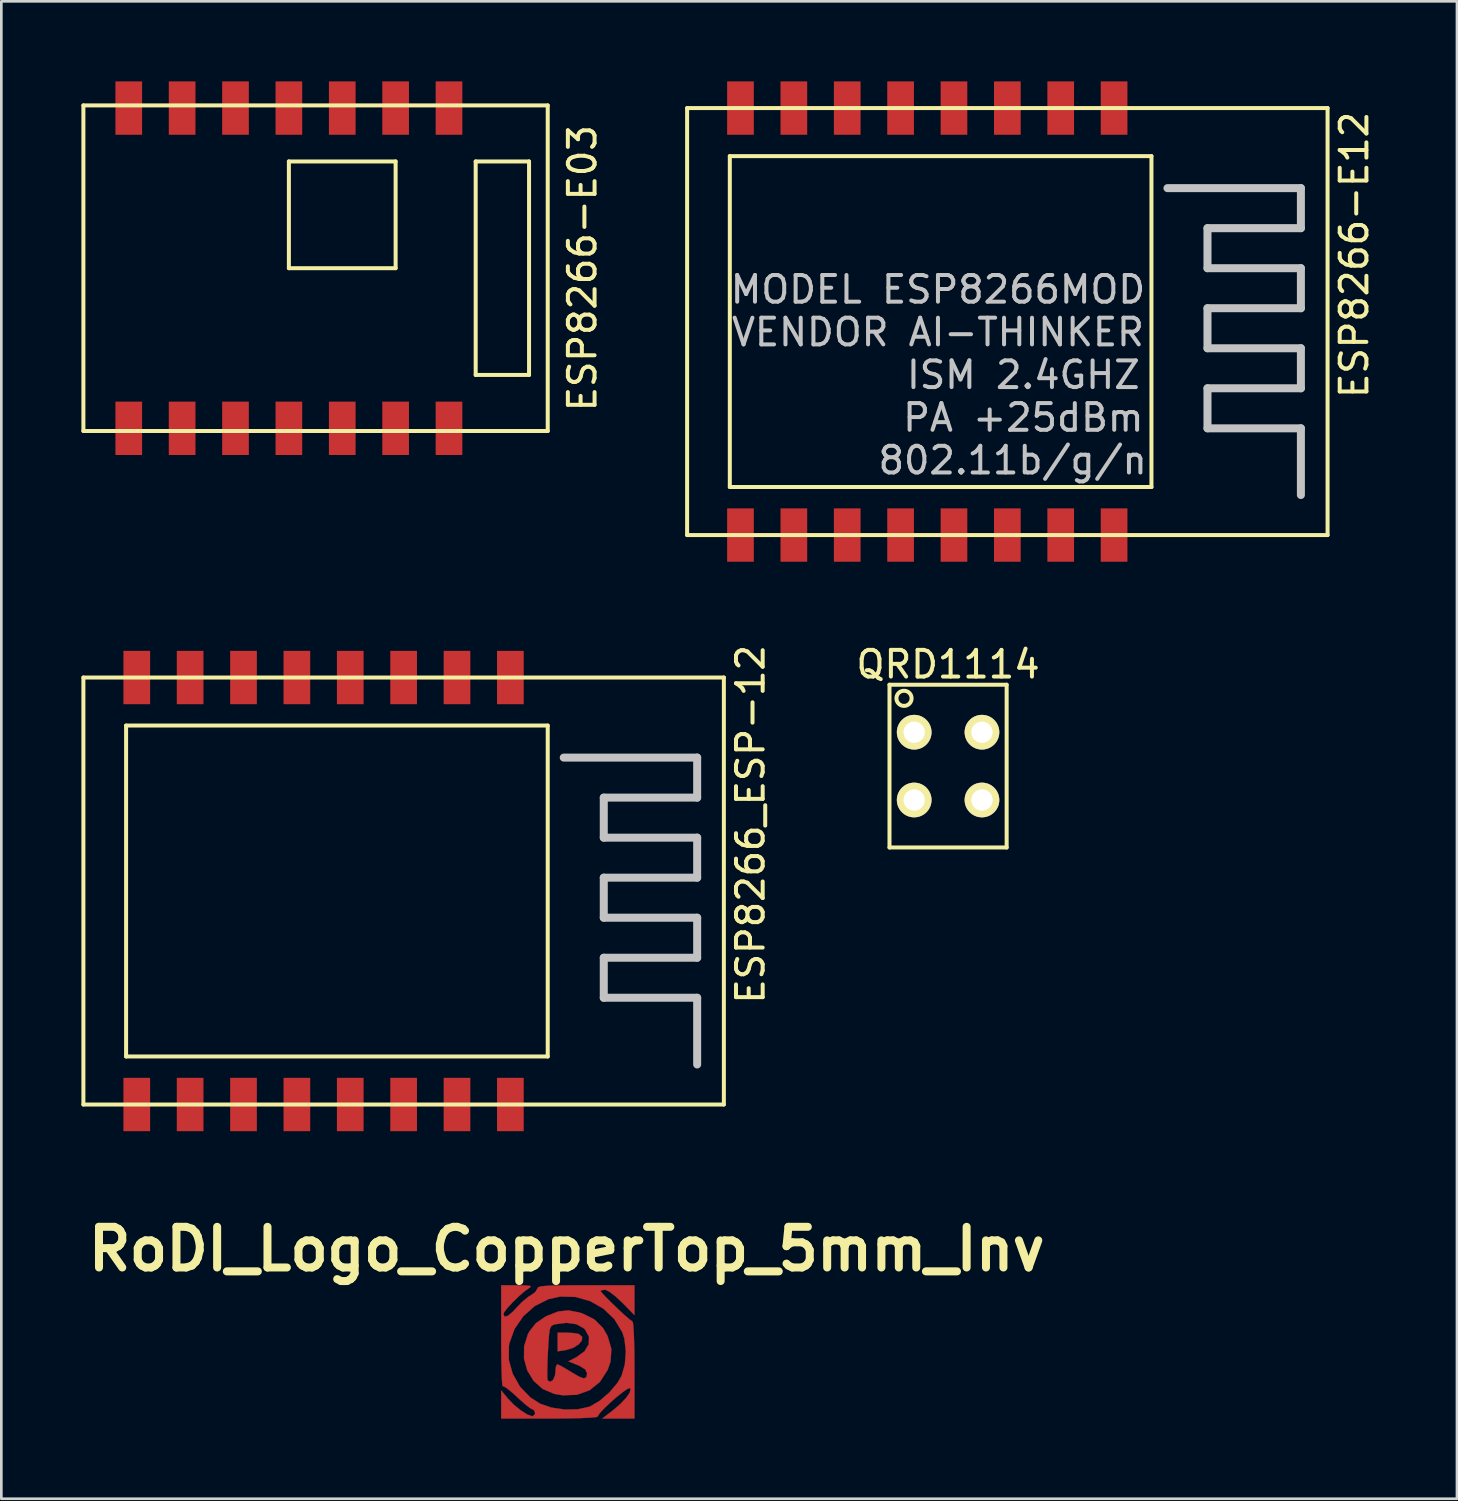
<source format=kicad_pcb>
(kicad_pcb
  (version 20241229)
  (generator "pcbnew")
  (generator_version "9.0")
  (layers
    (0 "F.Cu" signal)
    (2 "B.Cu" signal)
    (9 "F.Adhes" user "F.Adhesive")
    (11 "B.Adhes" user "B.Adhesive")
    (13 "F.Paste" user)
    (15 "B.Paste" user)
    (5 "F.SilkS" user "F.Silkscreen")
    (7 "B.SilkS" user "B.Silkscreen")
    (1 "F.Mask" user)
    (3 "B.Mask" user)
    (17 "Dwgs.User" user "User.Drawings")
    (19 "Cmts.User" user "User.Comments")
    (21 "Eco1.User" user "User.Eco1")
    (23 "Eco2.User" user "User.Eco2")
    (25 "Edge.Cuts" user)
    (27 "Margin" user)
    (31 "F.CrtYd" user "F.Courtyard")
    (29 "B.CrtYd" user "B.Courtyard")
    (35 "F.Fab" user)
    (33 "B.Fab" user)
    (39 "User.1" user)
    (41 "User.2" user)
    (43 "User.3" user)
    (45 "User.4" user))
  (footprint "RoDI_Logo_CopperTop_5mm_Inv"
    (layer "F.Cu")
    (at 18.186 47.567)
    (property "Reference" "RoDI_Logo_CopperTop_5mm_Inv" (at 0 -3.81 0) (layer "F.SilkS") (effects (font (size 1.524 1.524) (thickness 0.3))))
    (attr through_hole)
    (fp_poly (pts (xy 0.244 -0.665) (xy 0.436 -0.633) (xy 0.459 -0.626) (xy 0.58 -0.523) (xy 0.567 -0.384) (xy 0.445 -0.236) (xy 0.236 -0.107) (xy -0.032 -0.028) (xy -0.339 0.022) (xy -0.339 -0.677) (xy -0.007 -0.677) (xy 0.244 -0.665)) (stroke (width 0.01) (type solid)) (fill yes) (layer "F.Cu"))
    (fp_poly (pts (xy 0.489 -1.431) (xy 0.601 -1.394) (xy 1.04 -1.174) (xy 1.361 -0.852) (xy 1.533 -0.55) (xy 1.673 -0.072) (xy 1.644 0.403) (xy 1.533 0.72) (xy 1.243 1.167) (xy 0.858 1.478) (xy 0.391 1.648) (xy -0.143 1.67) (xy -0.467 1.615) (xy -0.898 1.432) (xy -1.238 1.13) (xy -1.453 0.779) (xy -0.729 0.779) (xy -0.727 1.012) (xy -0.714 1.109) (xy -0.618 1.166) (xy -0.515 1.096) (xy -0.44 0.935) (xy -0.423 0.795) (xy -0.406 0.603) (xy -0.363 0.51) (xy -0.356 0.508) (xy -0.254 0.55) (xy -0.056 0.66) (xy 0.171 0.798) (xy 0.46 0.967) (xy 0.64 1.034) (xy 0.733 0.999) (xy 0.762 0.864) (xy 0.762 0.841) (xy 0.692 0.695) (xy 0.472 0.561) (xy 0.412 0.536) (xy 0.062 0.396) (xy 0.367 0.24) (xy 0.667 0.02) (xy 0.825 -0.243) (xy 0.836 -0.522) (xy 0.691 -0.789) (xy 0.639 -0.843) (xy 0.362 -0.996) (xy -0.01 -1.048) (xy -0.43 -0.993) (xy -0.431 -0.992) (xy -0.525 -0.962) (xy -0.59 -0.908) (xy -0.632 -0.802) (xy -0.661 -0.612) (xy -0.684 -0.308) (xy -0.704 0.053) (xy -0.722 0.447) (xy -0.729 0.779) (xy -1.453 0.779) (xy -1.476 0.741) (xy -1.6 0.297) (xy -1.596 -0.17) (xy -1.451 -0.628) (xy -1.398 -0.725) (xy -1.154 -1.034) (xy -0.806 -1.274) (xy -0.747 -1.304) (xy -0.319 -1.473) (xy 0.07 -1.513) (xy 0.489 -1.431)) (stroke (width 0.01) (type solid)) (fill yes) (layer "F.Cu"))
    (fp_poly (pts (xy 2.54 -1.336) (xy 2.073 -1.811) (xy 1.83 -2.037) (xy 1.611 -2.205) (xy 1.457 -2.284) (xy 1.438 -2.286) (xy 1.301 -2.268) (xy 1.27 -2.243) (xy 1.328 -2.161) (xy 1.478 -1.999) (xy 1.689 -1.789) (xy 1.925 -1.562) (xy 2.153 -1.351) (xy 2.34 -1.188) (xy 2.452 -1.105) (xy 2.466 -1.101) (xy 2.487 -1.02) (xy 2.507 -0.795) (xy 2.523 -0.449) (xy 2.534 -0.007) (xy 2.539 0.507) (xy 2.54 0.72) (xy 2.54 2.54) (xy 1.33 2.54) (xy 1.717 2.245) (xy 2 2.004) (xy 2.222 1.771) (xy 2.361 1.571) (xy 2.396 1.433) (xy 2.371 1.397) (xy 2.277 1.428) (xy 2.1 1.549) (xy 1.873 1.731) (xy 1.632 1.942) (xy 1.411 2.152) (xy 1.244 2.331) (xy 1.165 2.448) (xy 1.164 2.466) (xy 1.09 2.488) (xy 0.87 2.507) (xy 0.528 2.523) (xy 0.088 2.534) (xy -0.427 2.54) (xy -0.635 2.54) (xy -2.455 2.54) (xy -2.455 1.485) (xy -2.2 1.795) (xy -1.977 2.026) (xy -1.718 2.236) (xy -1.473 2.391) (xy -1.289 2.455) (xy -1.281 2.455) (xy -1.196 2.387) (xy -1.185 2.328) (xy -1.234 2.216) (xy -1.276 2.201) (xy -1.377 2.146) (xy -1.561 2.001) (xy -1.795 1.793) (xy -1.855 1.736) (xy -2.089 1.526) (xy -2.277 1.38) (xy -2.387 1.323) (xy -2.399 1.327) (xy -2.415 1.263) (xy -2.429 1.052) (xy -2.441 0.718) (xy -2.449 0.34) (xy -2.169 0.34) (xy -2.024 0.864) (xy -1.751 1.344) (xy -1.368 1.744) (xy -1.002 1.981) (xy -0.572 2.13) (xy -0.075 2.202) (xy 0.419 2.192) (xy 0.844 2.098) (xy 0.882 2.083) (xy 1.243 1.87) (xy 1.603 1.558) (xy 1.904 1.201) (xy 2.055 0.941) (xy 2.179 0.512) (xy 2.216 0.026) (xy 2.164 -0.441) (xy 2.084 -0.695) (xy 1.783 -1.189) (xy 1.369 -1.583) (xy 0.872 -1.864) (xy 0.324 -2.018) (xy -0.246 -2.031) (xy -0.686 -1.934) (xy -1.197 -1.676) (xy -1.63 -1.291) (xy -1.957 -0.814) (xy -2.149 -0.279) (xy -2.165 -0.192) (xy -2.169 0.34) (xy -2.449 0.34) (xy -2.45 0.283) (xy -2.455 -0.23) (xy -2.455 -0.536) (xy -2.455 -2.455) (xy -1.841 -2.453) (xy -1.533 -2.447) (xy -1.373 -2.43) (xy -1.343 -2.397) (xy -1.397 -2.357) (xy -1.571 -2.235) (xy -1.789 -2.046) (xy -2.014 -1.828) (xy -2.21 -1.617) (xy -2.34 -1.45) (xy -2.371 -1.379) (xy -2.326 -1.277) (xy -2.202 -1.31) (xy -2.01 -1.472) (xy -1.883 -1.611) (xy -1.664 -1.836) (xy -1.439 -2.021) (xy -1.346 -2.079) (xy -1.176 -2.201) (xy -1.101 -2.325) (xy -1.101 -2.331) (xy -1.079 -2.372) (xy -1.002 -2.404) (xy -0.849 -2.426) (xy -0.6 -2.442) (xy -0.235 -2.45) (xy 0.264 -2.455) (xy 0.72 -2.455) (xy 2.54 -2.455) (xy 2.54 -1.336)) (stroke (width 0.01) (type solid)) (fill yes) (layer "F.Cu")))
  (footprint "ESP8266_ESP-12"
    (layer "F.Cu")
    (at 12.075 30.339)
    (property "Reference" "ESP8266_ESP-12" (at 13 -2.5 90) (layer "F.SilkS") (effects (font (size 1 1) (thickness 0.15))))
    (attr through_hole)
    (fp_line (start -12 -8) (end 12 -8) (stroke (width 0.15) (type solid)) (layer "F.SilkS"))
    (fp_line (start -12 8) (end -12 -8) (stroke (width 0.15) (type solid)) (layer "F.SilkS"))
    (fp_line (start -10.4 -6.2) (end -10.4 6.2) (stroke (width 0.15) (type solid)) (layer "F.SilkS"))
    (fp_line (start -10.4 6.2) (end 5.4 6.2) (stroke (width 0.15) (type solid)) (layer "F.SilkS"))
    (fp_line (start 5.4 -6.2) (end -10.4 -6.2) (stroke (width 0.15) (type solid)) (layer "F.SilkS"))
    (fp_line (start 5.4 6.2) (end 5.4 -6.2) (stroke (width 0.15) (type solid)) (layer "F.SilkS"))
    (fp_line (start 12 -8) (end 12 8) (stroke (width 0.15) (type solid)) (layer "F.SilkS"))
    (fp_line (start 12 8) (end -12 8) (stroke (width 0.15) (type solid)) (layer "F.SilkS"))
    (fp_line (start 6 -5) (end 11 -5) (stroke (width 0.3) (type solid)) (layer "Dwgs.User"))
    (fp_line (start 7.5 -3.5) (end 7.5 -2) (stroke (width 0.3) (type solid)) (layer "Dwgs.User"))
    (fp_line (start 7.5 -2) (end 11 -2) (stroke (width 0.3) (type solid)) (layer "Dwgs.User"))
    (fp_line (start 7.5 -0.5) (end 7.5 1) (stroke (width 0.3) (type solid)) (layer "Dwgs.User"))
    (fp_line (start 7.5 1) (end 11 1) (stroke (width 0.3) (type solid)) (layer "Dwgs.User"))
    (fp_line (start 7.5 2.5) (end 7.5 4) (stroke (width 0.3) (type solid)) (layer "Dwgs.User"))
    (fp_line (start 7.5 4) (end 11 4) (stroke (width 0.3) (type solid)) (layer "Dwgs.User"))
    (fp_line (start 11 -5) (end 11 -3.5) (stroke (width 0.3) (type solid)) (layer "Dwgs.User"))
    (fp_line (start 11 -3.5) (end 7.5 -3.5) (stroke (width 0.3) (type solid)) (layer "Dwgs.User"))
    (fp_line (start 11 -2) (end 11 -0.5) (stroke (width 0.3) (type solid)) (layer "Dwgs.User"))
    (fp_line (start 11 -0.5) (end 7.5 -0.5) (stroke (width 0.3) (type solid)) (layer "Dwgs.User"))
    (fp_line (start 11 1) (end 11 2.5) (stroke (width 0.3) (type solid)) (layer "Dwgs.User"))
    (fp_line (start 11 2.5) (end 7.5 2.5) (stroke (width 0.3) (type solid)) (layer "Dwgs.User"))
    (fp_line (start 11 4) (end 11 6.5) (stroke (width 0.3) (type solid)) (layer "Dwgs.User"))
    (pad "1" smd rect (at -10 8) (size 1 2) (layers "F.Cu" "F.Mask" "F.Paste"))
    (pad "2" smd rect (at -8 8) (size 1 2) (layers "F.Cu" "F.Mask" "F.Paste"))
    (pad "3" smd rect (at -6 8) (size 1 2) (layers "F.Cu" "F.Mask" "F.Paste"))
    (pad "4" smd rect (at -4 8) (size 1 2) (layers "F.Cu" "F.Mask" "F.Paste"))
    (pad "5" smd rect (at -2 8) (size 1 2) (layers "F.Cu" "F.Mask" "F.Paste"))
    (pad "6" smd rect (at 0 8) (size 1 2) (layers "F.Cu" "F.Mask" "F.Paste"))
    (pad "7" smd rect (at 2 8) (size 1 2) (layers "F.Cu" "F.Mask" "F.Paste"))
    (pad "8" smd rect (at 4 8) (size 1 2) (layers "F.Cu" "F.Mask" "F.Paste"))
    (pad "9" smd rect (at 4 -8) (size 1 2) (layers "F.Cu" "F.Mask" "F.Paste"))
    (pad "10" smd rect (at 2 -8) (size 1 2) (layers "F.Cu" "F.Mask" "F.Paste"))
    (pad "11" smd rect (at 0 -8) (size 1 2) (layers "F.Cu" "F.Mask" "F.Paste"))
    (pad "12" smd rect (at -2 -8) (size 1 2) (layers "F.Cu" "F.Mask" "F.Paste"))
    (pad "13" smd rect (at -4 -8) (size 1 2) (layers "F.Cu" "F.Mask" "F.Paste"))
    (pad "14" smd rect (at -6 -8) (size 1 2) (layers "F.Cu" "F.Mask" "F.Paste"))
    (pad "15" smd rect (at -8 -8) (size 1 2) (layers "F.Cu" "F.Mask" "F.Paste"))
    (pad "16" smd rect (at -10 -8) (size 1 2) (layers "F.Cu" "F.Mask" "F.Paste")))
  (footprint "ESP8266-E03"
    (layer "F.Cu")
    (at 8.775 7)
    (property "Reference" "ESP8266-E03" (at 10 0 90) (layer "F.SilkS") (effects (font (size 1 1) (thickness 0.15))))
    (attr through_hole)
    (fp_line (start -8.7 -6.1) (end 8.7 -6.1) (stroke (width 0.15) (type solid)) (layer "F.SilkS"))
    (fp_line (start -8.7 6.1) (end -8.7 -6.1) (stroke (width 0.15) (type solid)) (layer "F.SilkS"))
    (fp_line (start -1 -4) (end -1 0) (stroke (width 0.15) (type solid)) (layer "F.SilkS"))
    (fp_line (start -1 0) (end 3 0) (stroke (width 0.15) (type solid)) (layer "F.SilkS"))
    (fp_line (start 3 -4) (end -1 -4) (stroke (width 0.15) (type solid)) (layer "F.SilkS"))
    (fp_line (start 3 0) (end 3 -4) (stroke (width 0.15) (type solid)) (layer "F.SilkS"))
    (fp_line (start 6 -4) (end 6 4) (stroke (width 0.15) (type solid)) (layer "F.SilkS"))
    (fp_line (start 6 4) (end 8 4) (stroke (width 0.15) (type solid)) (layer "F.SilkS"))
    (fp_line (start 8 -4) (end 6 -4) (stroke (width 0.15) (type solid)) (layer "F.SilkS"))
    (fp_line (start 8 4) (end 8 -4) (stroke (width 0.15) (type solid)) (layer "F.SilkS"))
    (fp_line (start 8.7 -6.1) (end 8.7 6.1) (stroke (width 0.15) (type solid)) (layer "F.SilkS"))
    (fp_line (start 8.7 6.1) (end -8.7 6.1) (stroke (width 0.15) (type solid)) (layer "F.SilkS"))
    (pad "1" smd rect (at -7 6) (size 1 2) (layers "F.Cu" "F.Mask" "F.Paste"))
    (pad "2" smd rect (at -5 6) (size 1 2) (layers "F.Cu" "F.Mask" "F.Paste"))
    (pad "3" smd rect (at -3 6) (size 1 2) (layers "F.Cu" "F.Mask" "F.Paste"))
    (pad "4" smd rect (at -1 6) (size 1 2) (layers "F.Cu" "F.Mask" "F.Paste"))
    (pad "5" smd rect (at 1 6) (size 1 2) (layers "F.Cu" "F.Mask" "F.Paste"))
    (pad "6" smd rect (at 3 6) (size 1 2) (layers "F.Cu" "F.Mask" "F.Paste"))
    (pad "7" smd rect (at 5 6) (size 1 2) (layers "F.Cu" "F.Mask" "F.Paste"))
    (pad "8" smd rect (at 5 -6) (size 1 2) (layers "F.Cu" "F.Mask" "F.Paste"))
    (pad "9" smd rect (at 3 -6) (size 1 2) (layers "F.Cu" "F.Mask" "F.Paste"))
    (pad "10" smd rect (at 1 -6) (size 1 2) (layers "F.Cu" "F.Mask" "F.Paste"))
    (pad "11" smd rect (at -1 -6) (size 1 2) (layers "F.Cu" "F.Mask" "F.Paste"))
    (pad "12" smd rect (at -3 -6) (size 1 2) (layers "F.Cu" "F.Mask" "F.Paste"))
    (pad "13" smd rect (at -5 -6) (size 1 2) (layers "F.Cu" "F.Mask" "F.Paste"))
    (pad "14" smd rect (at -7 -6) (size 1 2) (layers "F.Cu" "F.Mask" "F.Paste")))
  (footprint "ESP8266-E12"
    (layer "F.Cu")
    (at 34.698 9)
    (property "Reference" "ESP8266-E12" (at 13 -2.5 90) (layer "F.SilkS") (effects (font (size 1 1) (thickness 0.15))))
    (attr through_hole)
    (fp_line (start -12 -8) (end 12 -8) (stroke (width 0.15) (type solid)) (layer "F.SilkS"))
    (fp_line (start -12 8) (end -12 -8) (stroke (width 0.15) (type solid)) (layer "F.SilkS"))
    (fp_line (start -10.4 -6.2) (end -10.4 6.2) (stroke (width 0.15) (type solid)) (layer "F.SilkS"))
    (fp_line (start -10.4 6.2) (end 5.4 6.2) (stroke (width 0.15) (type solid)) (layer "F.SilkS"))
    (fp_line (start 5.4 -6.2) (end -10.4 -6.2) (stroke (width 0.15) (type solid)) (layer "F.SilkS"))
    (fp_line (start 5.4 6.2) (end 5.4 -6.2) (stroke (width 0.15) (type solid)) (layer "F.SilkS"))
    (fp_line (start 12 -8) (end 12 8) (stroke (width 0.15) (type solid)) (layer "F.SilkS"))
    (fp_line (start 12 8) (end -12 8) (stroke (width 0.15) (type solid)) (layer "F.SilkS"))
    (fp_line (start 6 -5) (end 11 -5) (stroke (width 0.3) (type solid)) (layer "Dwgs.User"))
    (fp_line (start 7.5 -3.5) (end 7.5 -2) (stroke (width 0.3) (type solid)) (layer "Dwgs.User"))
    (fp_line (start 7.5 -2) (end 11 -2) (stroke (width 0.3) (type solid)) (layer "Dwgs.User"))
    (fp_line (start 7.5 -0.5) (end 7.5 1) (stroke (width 0.3) (type solid)) (layer "Dwgs.User"))
    (fp_line (start 7.5 1) (end 11 1) (stroke (width 0.3) (type solid)) (layer "Dwgs.User"))
    (fp_line (start 7.5 2.5) (end 7.5 4) (stroke (width 0.3) (type solid)) (layer "Dwgs.User"))
    (fp_line (start 7.5 4) (end 11 4) (stroke (width 0.3) (type solid)) (layer "Dwgs.User"))
    (fp_line (start 11 -5) (end 11 -3.5) (stroke (width 0.3) (type solid)) (layer "Dwgs.User"))
    (fp_line (start 11 -3.5) (end 7.5 -3.5) (stroke (width 0.3) (type solid)) (layer "Dwgs.User"))
    (fp_line (start 11 -2) (end 11 -0.5) (stroke (width 0.3) (type solid)) (layer "Dwgs.User"))
    (fp_line (start 11 -0.5) (end 7.5 -0.5) (stroke (width 0.3) (type solid)) (layer "Dwgs.User"))
    (fp_line (start 11 1) (end 11 2.5) (stroke (width 0.3) (type solid)) (layer "Dwgs.User"))
    (fp_line (start 11 2.5) (end 7.5 2.5) (stroke (width 0.3) (type solid)) (layer "Dwgs.User"))
    (fp_line (start 11 4) (end 11 6.5) (stroke (width 0.3) (type solid)) (layer "Dwgs.User"))
    (fp_text user "MODEL ESP8266MOD" (at -2.6 -1.2 0) (layer "Dwgs.User") (effects (font (size 1 1) (thickness 0.15))))
    (fp_text user "802.11b/g/n" (at 0.2 5.2 0) (layer "Dwgs.User") (effects (font (size 1 1) (thickness 0.15))))
    (fp_text user "VENDOR AI-THINKER" (at -2.6 0.4 0) (layer "Dwgs.User") (effects (font (size 1 1) (thickness 0.15))))
    (fp_text user "PA +25dBm" (at 0.6 3.6 0) (layer "Dwgs.User") (effects (font (size 1 1) (thickness 0.15))))
    (fp_text user "ISM 2.4GHZ" (at 0.6 2 0) (layer "Dwgs.User") (effects (font (size 1 1) (thickness 0.15))))
    (pad "1" smd rect (at -10 8) (size 1 2) (layers "F.Cu" "F.Mask" "F.Paste"))
    (pad "2" smd rect (at -8 8) (size 1 2) (layers "F.Cu" "F.Mask" "F.Paste"))
    (pad "3" smd rect (at -6 8) (size 1 2) (layers "F.Cu" "F.Mask" "F.Paste"))
    (pad "4" smd rect (at -4 8) (size 1 2) (layers "F.Cu" "F.Mask" "F.Paste"))
    (pad "5" smd rect (at -2 8) (size 1 2) (layers "F.Cu" "F.Mask" "F.Paste"))
    (pad "6" smd rect (at 0 8) (size 1 2) (layers "F.Cu" "F.Mask" "F.Paste"))
    (pad "7" smd rect (at 2 8) (size 1 2) (layers "F.Cu" "F.Mask" "F.Paste"))
    (pad "8" smd rect (at 4 8) (size 1 2) (layers "F.Cu" "F.Mask" "F.Paste"))
    (pad "9" smd rect (at 4 -8) (size 1 2) (layers "F.Cu" "F.Mask" "F.Paste"))
    (pad "10" smd rect (at 2 -8) (size 1 2) (layers "F.Cu" "F.Mask" "F.Paste"))
    (pad "11" smd rect (at 0 -8) (size 1 2) (layers "F.Cu" "F.Mask" "F.Paste"))
    (pad "12" smd rect (at -2 -8) (size 1 2) (layers "F.Cu" "F.Mask" "F.Paste"))
    (pad "13" smd rect (at -4 -8) (size 1 2) (layers "F.Cu" "F.Mask" "F.Paste"))
    (pad "14" smd rect (at -6 -8) (size 1 2) (layers "F.Cu" "F.Mask" "F.Paste"))
    (pad "15" smd rect (at -8 -8) (size 1 2) (layers "F.Cu" "F.Mask" "F.Paste"))
    (pad "16" smd rect (at -10 -8) (size 1 2) (layers "F.Cu" "F.Mask" "F.Paste")))
  (footprint "QRD1114"
    (layer "F.Cu")
    (at 32.477 25.658)
    (property "Reference" "QRD1114" (at 0 -3.81 0) (layer "F.SilkS") (effects (font (size 1 1) (thickness 0.15))))
    (attr through_hole)
    (fp_line (start -2.195 -3.05) (end -2.195 3.05) (stroke (width 0.15) (type solid)) (layer "F.SilkS"))
    (fp_line (start -2.195 -3.05) (end 2.195 -3.05) (stroke (width 0.15) (type solid)) (layer "F.SilkS"))
    (fp_line (start -2.195 3.05) (end 2.195 3.05) (stroke (width 0.15) (type solid)) (layer "F.SilkS"))
    (fp_line (start 2.195 -3.05) (end 2.195 3.05) (stroke (width 0.15) (type solid)) (layer "F.SilkS"))
    (fp_circle (center -1.651 -2.54) (end -1.524 -2.286) (stroke (width 0.15) (type solid)) (fill no) (layer "F.SilkS"))
    (pad "A" thru_hole circle (at 1.27 1.27) (size 1.3 1.3) (drill 0.8) (layers "*.Cu" "*.Mask" "F.SilkS"))
    (pad "C" thru_hole circle (at -1.27 -1.27) (size 1.3 1.3) (drill 0.8) (layers "*.Cu" "*.Mask" "F.SilkS"))
    (pad "E" thru_hole circle (at -1.27 1.27) (size 1.3 1.3) (drill 0.8) (layers "*.Cu" "*.Mask" "F.SilkS"))
    (pad "K" thru_hole circle (at 1.27 -1.27) (size 1.3 1.3) (drill 0.8) (layers "*.Cu" "*.Mask" "F.SilkS")))
  (gr_rect
    (start -3 -3)
    (end 51.547 53.112)
    (stroke (width 0.1) (type default))
    (fill no)
    (layer "Edge.Cuts")))
</source>
